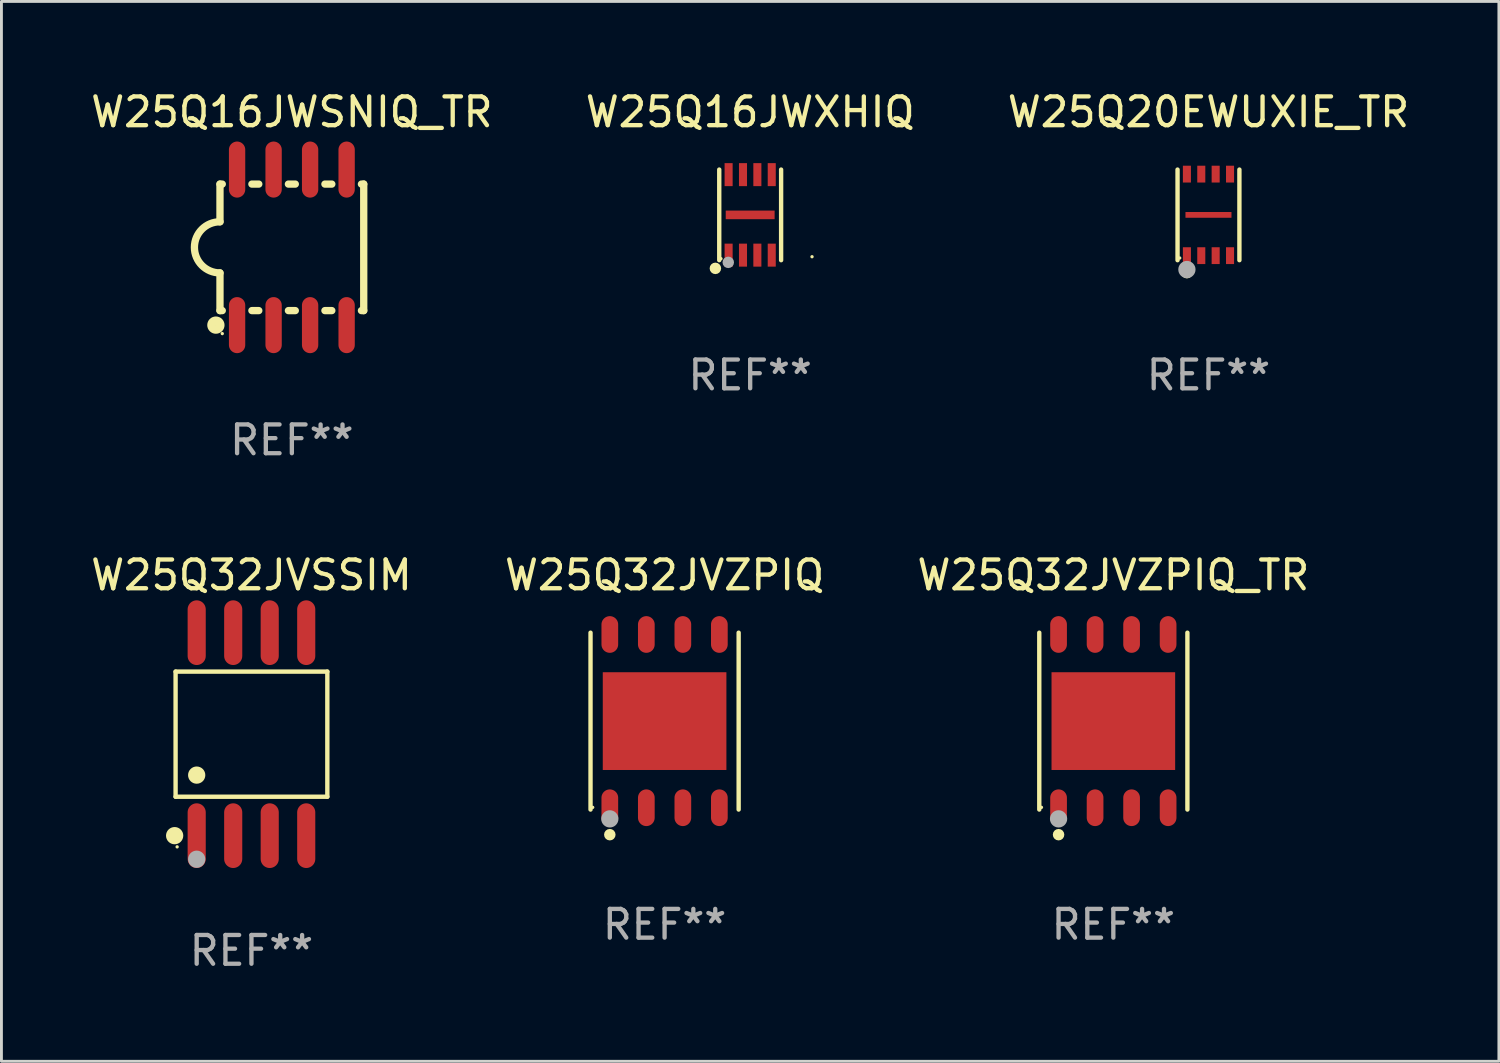
<source format=kicad_pcb>
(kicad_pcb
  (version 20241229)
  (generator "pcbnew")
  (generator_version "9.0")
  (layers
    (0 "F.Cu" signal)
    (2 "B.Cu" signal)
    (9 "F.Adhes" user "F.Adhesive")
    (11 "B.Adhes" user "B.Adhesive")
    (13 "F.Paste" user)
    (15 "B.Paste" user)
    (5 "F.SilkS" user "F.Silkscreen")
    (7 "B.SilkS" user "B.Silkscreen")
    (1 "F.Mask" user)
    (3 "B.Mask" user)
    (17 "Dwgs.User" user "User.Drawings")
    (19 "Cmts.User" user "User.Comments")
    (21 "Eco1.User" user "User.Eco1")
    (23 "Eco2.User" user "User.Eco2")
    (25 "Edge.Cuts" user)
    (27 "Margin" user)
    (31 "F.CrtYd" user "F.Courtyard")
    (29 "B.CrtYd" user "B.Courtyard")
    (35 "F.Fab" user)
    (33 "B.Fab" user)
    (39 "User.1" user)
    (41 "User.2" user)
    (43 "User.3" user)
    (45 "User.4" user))
  (footprint "W25Q20EWUXIE_TR"
    (layer "F.Cu")
    (at 38.982 4.424)
    (property "Reference" "W25Q20EWUXIE_TR" (at 0 -3.576 0) (layer "F.SilkS") (effects (font (size 1 1) (thickness 0.15))))
    (attr through_hole)
    (fp_line (start -1.076 1.576) (end -1.076 -1.576) (stroke (width 0.152) (type solid)) (layer "F.SilkS"))
    (fp_line (start 1.076 -1.576) (end 1.076 1.576) (stroke (width 0.152) (type solid)) (layer "F.SilkS"))
    (fp_circle (center -1 1.5) (end -0.97 1.5) (stroke (width 0.06) (type solid)) (fill no) (layer "F.SilkS"))
    (fp_circle (center -0.75 2.01) (end -0.65 2.01) (stroke (width 0.2) (type solid)) (fill no) (layer "F.SilkS"))
    (fp_circle (center -0.75 1.9) (end -0.6 1.9) (stroke (width 0.3) (type solid)) (fill no) (layer "F.Fab"))
    (fp_text user "REF**" (at 0 5.576 0) (layer "F.Fab") (effects (font (size 1 1) (thickness 0.15))))
    (pad "1" smd rect (at -0.75 1.418) (size 0.28 0.585) (layers "F.Cu" "F.Mask" "F.Paste"))
    (pad "2" smd rect (at -0.25 1.418) (size 0.28 0.585) (layers "F.Cu" "F.Mask" "F.Paste"))
    (pad "3" smd rect (at 0.25 1.418) (size 0.28 0.585) (layers "F.Cu" "F.Mask" "F.Paste"))
    (pad "4" smd rect (at 0.75 1.418) (size 0.28 0.585) (layers "F.Cu" "F.Mask" "F.Paste"))
    (pad "5" smd rect (at 0.75 -1.418) (size 0.28 0.585) (layers "F.Cu" "F.Mask" "F.Paste"))
    (pad "6" smd rect (at 0.25 -1.418) (size 0.28 0.585) (layers "F.Cu" "F.Mask" "F.Paste"))
    (pad "7" smd rect (at -0.25 -1.418) (size 0.28 0.585) (layers "F.Cu" "F.Mask" "F.Paste"))
    (pad "8" smd rect (at -0.75 -1.418) (size 0.28 0.585) (layers "F.Cu" "F.Mask" "F.Paste"))
    (pad "9" smd rect (at 0 0) (size 1.6 0.2) (layers "F.Cu" "F.Mask" "F.Paste")))
  (footprint "W25Q32JVZPIQ"
    (layer "F.Cu")
    (at 20.065 22.031)
    (property "Reference" "W25Q32JVZPIQ" (at 0 -5.076 0) (layer "F.SilkS") (effects (font (size 1 1) (thickness 0.15))))
    (attr through_hole)
    (fp_line (start -2.576 3.076) (end -2.576 -3.076) (stroke (width 0.152) (type solid)) (layer "F.SilkS"))
    (fp_line (start 2.576 -3.076) (end 2.576 3.076) (stroke (width 0.152) (type solid)) (layer "F.SilkS"))
    (fp_circle (center -2.5 3) (end -2.47 3) (stroke (width 0.06) (type solid)) (fill no) (layer "F.SilkS"))
    (fp_circle (center -1.905 3.95) (end -1.805 3.95) (stroke (width 0.2) (type solid)) (fill no) (layer "F.SilkS"))
    (fp_circle (center -1.905 3.4) (end -1.755 3.4) (stroke (width 0.3) (type solid)) (fill no) (layer "F.Fab"))
    (fp_text user "REF**" (at 0 7.076 0) (layer "F.Fab") (effects (font (size 1 1) (thickness 0.15))))
    (pad "1" smd oval (at -1.905 3.013) (size 0.581 1.276) (layers "F.Cu" "F.Mask" "F.Paste"))
    (pad "2" smd oval (at -0.635 3.013) (size 0.581 1.276) (layers "F.Cu" "F.Mask" "F.Paste"))
    (pad "3" smd oval (at 0.635 3.013) (size 0.581 1.276) (layers "F.Cu" "F.Mask" "F.Paste"))
    (pad "4" smd oval (at 1.905 3.013) (size 0.581 1.276) (layers "F.Cu" "F.Mask" "F.Paste"))
    (pad "5" smd oval (at 1.905 -3.013) (size 0.581 1.276) (layers "F.Cu" "F.Mask" "F.Paste"))
    (pad "6" smd oval (at 0.635 -3.013) (size 0.581 1.276) (layers "F.Cu" "F.Mask" "F.Paste"))
    (pad "7" smd oval (at -0.635 -3.013) (size 0.581 1.276) (layers "F.Cu" "F.Mask" "F.Paste"))
    (pad "8" smd oval (at -1.905 -3.013) (size 0.581 1.276) (layers "F.Cu" "F.Mask" "F.Paste"))
    (pad "9" smd rect (at 0 0) (size 4.3 3.4) (layers "F.Cu" "F.Mask" "F.Paste")))
  (footprint "W25Q32JVSSIM"
    (layer "F.Cu")
    (at 5.696 22.485)
    (property "Reference" "W25Q32JVSSIM" (at 0 -5.53 0) (layer "F.SilkS") (effects (font (size 1 1) (thickness 0.15))))
    (attr through_hole)
    (fp_line (start -2.639 -2.176) (end 2.639 -2.176) (stroke (width 0.152) (type solid)) (layer "F.SilkS"))
    (fp_line (start -2.639 2.176) (end -2.639 -2.176) (stroke (width 0.152) (type solid)) (layer "F.SilkS"))
    (fp_line (start 2.639 -2.176) (end 2.639 2.176) (stroke (width 0.152) (type solid)) (layer "F.SilkS"))
    (fp_line (start 2.639 2.176) (end -2.639 2.176) (stroke (width 0.152) (type solid)) (layer "F.SilkS"))
    (fp_circle (center -2.672 3.53) (end -2.522 3.53) (stroke (width 0.3) (type solid)) (fill no) (layer "F.SilkS"))
    (fp_circle (center -2.585 3.92) (end -2.555 3.92) (stroke (width 0.06) (type solid)) (fill no) (layer "F.SilkS"))
    (fp_circle (center -1.905 1.424) (end -1.755 1.424) (stroke (width 0.3) (type solid)) (fill no) (layer "F.SilkS"))
    (fp_circle (center -1.905 4.35) (end -1.755 4.35) (stroke (width 0.3) (type solid)) (fill no) (layer "F.Fab"))
    (fp_text user "REF**" (at 0 7.53 0) (layer "F.Fab") (effects (font (size 1 1) (thickness 0.15))))
    (pad "1" smd oval (at -1.905 3.53) (size 0.63 2.25) (layers "F.Cu" "F.Mask" "F.Paste"))
    (pad "2" smd oval (at -0.635 3.53) (size 0.63 2.25) (layers "F.Cu" "F.Mask" "F.Paste"))
    (pad "3" smd oval (at 0.635 3.53) (size 0.63 2.25) (layers "F.Cu" "F.Mask" "F.Paste"))
    (pad "4" smd oval (at 1.905 3.53) (size 0.63 2.25) (layers "F.Cu" "F.Mask" "F.Paste"))
    (pad "5" smd oval (at 1.905 -3.53) (size 0.63 2.25) (layers "F.Cu" "F.Mask" "F.Paste"))
    (pad "6" smd oval (at 0.635 -3.53) (size 0.63 2.25) (layers "F.Cu" "F.Mask" "F.Paste"))
    (pad "7" smd oval (at -0.635 -3.53) (size 0.63 2.25) (layers "F.Cu" "F.Mask" "F.Paste"))
    (pad "8" smd oval (at -1.905 -3.53) (size 0.63 2.25) (layers "F.Cu" "F.Mask" "F.Paste")))
  (footprint "W25Q32JVZPIQ_TR"
    (layer "F.Cu")
    (at 35.673 22.031)
    (property "Reference" "W25Q32JVZPIQ_TR" (at 0 -5.076 0) (layer "F.SilkS") (effects (font (size 1 1) (thickness 0.15))))
    (attr through_hole)
    (fp_line (start -2.576 3.076) (end -2.576 -3.076) (stroke (width 0.152) (type solid)) (layer "F.SilkS"))
    (fp_line (start 2.576 -3.076) (end 2.576 3.076) (stroke (width 0.152) (type solid)) (layer "F.SilkS"))
    (fp_circle (center -2.5 3) (end -2.47 3) (stroke (width 0.06) (type solid)) (fill no) (layer "F.SilkS"))
    (fp_circle (center -1.905 3.95) (end -1.805 3.95) (stroke (width 0.2) (type solid)) (fill no) (layer "F.SilkS"))
    (fp_circle (center -1.905 3.4) (end -1.755 3.4) (stroke (width 0.3) (type solid)) (fill no) (layer "F.Fab"))
    (fp_text user "REF**" (at 0 7.076 0) (layer "F.Fab") (effects (font (size 1 1) (thickness 0.15))))
    (pad "1" smd oval (at -1.905 3.013) (size 0.581 1.276) (layers "F.Cu" "F.Mask" "F.Paste"))
    (pad "2" smd oval (at -0.635 3.013) (size 0.581 1.276) (layers "F.Cu" "F.Mask" "F.Paste"))
    (pad "3" smd oval (at 0.635 3.013) (size 0.581 1.276) (layers "F.Cu" "F.Mask" "F.Paste"))
    (pad "4" smd oval (at 1.905 3.013) (size 0.581 1.276) (layers "F.Cu" "F.Mask" "F.Paste"))
    (pad "5" smd oval (at 1.905 -3.013) (size 0.581 1.276) (layers "F.Cu" "F.Mask" "F.Paste"))
    (pad "6" smd oval (at 0.635 -3.013) (size 0.581 1.276) (layers "F.Cu" "F.Mask" "F.Paste"))
    (pad "7" smd oval (at -0.635 -3.013) (size 0.581 1.276) (layers "F.Cu" "F.Mask" "F.Paste"))
    (pad "8" smd oval (at -1.905 -3.013) (size 0.581 1.276) (layers "F.Cu" "F.Mask" "F.Paste"))
    (pad "9" smd rect (at 0 0) (size 4.3 3.4) (layers "F.Cu" "F.Mask" "F.Paste")))
  (footprint "W25Q16JWXHIQ"
    (layer "F.Cu")
    (at 23.042 4.424)
    (property "Reference" "W25Q16JWXHIQ" (at 0 -3.576 0) (layer "F.SilkS") (effects (font (size 1 1) (thickness 0.15))))
    (attr through_hole)
    (fp_line (start -1.076 -1.576) (end -1.076 1.576) (stroke (width 0.152) (type solid)) (layer "F.SilkS"))
    (fp_line (start 1.076 1.576) (end 1.076 -1.576) (stroke (width 0.152) (type solid)) (layer "F.SilkS"))
    (fp_circle (center -1.21 1.86) (end -1.11 1.86) (stroke (width 0.2) (type solid)) (fill no) (layer "F.SilkS"))
    (fp_circle (center -1.016 1.524) (end -0.986 1.524) (stroke (width 0.06) (type solid)) (fill no) (layer "F.SilkS"))
    (fp_circle (center 2.151 1.455) (end 2.181 1.455) (stroke (width 0.06) (type solid)) (fill no) (layer "F.SilkS"))
    (fp_circle (center -0.762 1.651) (end -0.662 1.651) (stroke (width 0.2) (type solid)) (fill no) (layer "F.Fab"))
    (fp_text user "REF**" (at 0 5.576 0) (layer "F.Fab") (effects (font (size 1 1) (thickness 0.15))))
    (pad "1" smd rect (at -0.75 1.4) (size 0.28 0.8) (layers "F.Cu" "F.Mask" "F.Paste"))
    (pad "2" smd rect (at -0.25 1.4) (size 0.28 0.8) (layers "F.Cu" "F.Mask" "F.Paste"))
    (pad "3" smd rect (at 0.25 1.4) (size 0.28 0.8) (layers "F.Cu" "F.Mask" "F.Paste"))
    (pad "4" smd rect (at 0.75 1.4) (size 0.28 0.8) (layers "F.Cu" "F.Mask" "F.Paste"))
    (pad "5" smd rect (at 0.75 -1.4) (size 0.28 0.8) (layers "F.Cu" "F.Mask" "F.Paste"))
    (pad "6" smd rect (at 0.25 -1.4) (size 0.28 0.8) (layers "F.Cu" "F.Mask" "F.Paste"))
    (pad "7" smd rect (at -0.25 -1.4) (size 0.28 0.8) (layers "F.Cu" "F.Mask" "F.Paste"))
    (pad "8" smd rect (at -0.75 -1.4) (size 0.28 0.8) (layers "F.Cu" "F.Mask" "F.Paste"))
    (pad "9" smd rect (at 0.000038 0.000013 90) (size 0.3 1.7) (layers "F.Cu" "F.Mask" "F.Paste")))
  (footprint "W25Q16JWSNIQ_TR"
    (layer "F.Cu")
    (at 7.101 5.553)
    (property "Reference" "W25Q16JWSNIQ_TR" (at 0 -4.705 0) (layer "F.SilkS") (effects (font (size 1 1) (thickness 0.15))))
    (attr through_hole)
    (fp_line (start -2.5 -2.2) (end -2.5 -0.889) (stroke (width 0.254) (type solid)) (layer "F.SilkS"))
    (fp_line (start -2.5 2.2) (end -2.5 0.889) (stroke (width 0.254) (type solid)) (layer "F.SilkS"))
    (fp_line (start -2.42 -2.2) (end -2.5 -2.2) (stroke (width 0.254) (type solid)) (layer "F.SilkS"))
    (fp_line (start -2.42 2.2) (end -2.5 2.2) (stroke (width 0.254) (type solid)) (layer "F.SilkS"))
    (fp_line (start -1.15 -2.2) (end -1.39 -2.2) (stroke (width 0.254) (type solid)) (layer "F.SilkS"))
    (fp_line (start -1.15 2.2) (end -1.39 2.2) (stroke (width 0.254) (type solid)) (layer "F.SilkS"))
    (fp_line (start 0.12 -2.2) (end -0.12 -2.2) (stroke (width 0.254) (type solid)) (layer "F.SilkS"))
    (fp_line (start 0.12 2.2) (end -0.12 2.2) (stroke (width 0.254) (type solid)) (layer "F.SilkS"))
    (fp_line (start 1.39 -2.2) (end 1.15 -2.2) (stroke (width 0.254) (type solid)) (layer "F.SilkS"))
    (fp_line (start 1.39 2.2) (end 1.15 2.2) (stroke (width 0.254) (type solid)) (layer "F.SilkS"))
    (fp_line (start 2.5 -2.2) (end 2.42 -2.2) (stroke (width 0.254) (type solid)) (layer "F.SilkS"))
    (fp_line (start 2.5 -2.2) (end 2.5 2.2) (stroke (width 0.254) (type solid)) (layer "F.SilkS"))
    (fp_line (start 2.5 2.2) (end 2.42 2.2) (stroke (width 0.254) (type solid)) (layer "F.SilkS"))
    (fp_arc (start -2.5 0.889002) (mid -3.388367 -0.000318) (end -2.499365 -0.889002) (stroke (width 0.254001) (type solid)) (layer "F.SilkS"))
    (fp_circle (center -2.642 2.705) (end -2.491 2.705) (stroke (width 0.3) (type solid)) (fill no) (layer "F.SilkS"))
    (fp_circle (center -2.42 3) (end -2.39 3) (stroke (width 0.06) (type solid)) (fill no) (layer "F.SilkS"))
    (fp_text user "REF**" (at 0 6.705 0) (layer "F.Fab") (effects (font (size 1 1) (thickness 0.15))))
    (pad "1" smd oval (at -1.905 2.705) (size 0.568 1.95) (layers "F.Cu" "F.Mask" "F.Paste"))
    (pad "2" smd oval (at -0.635 2.705) (size 0.568 1.95) (layers "F.Cu" "F.Mask" "F.Paste"))
    (pad "3" smd oval (at 0.635 2.705) (size 0.568 1.95) (layers "F.Cu" "F.Mask" "F.Paste"))
    (pad "4" smd oval (at 1.905 2.705) (size 0.568 1.95) (layers "F.Cu" "F.Mask" "F.Paste"))
    (pad "5" smd oval (at 1.905 -2.705) (size 0.568 1.95) (layers "F.Cu" "F.Mask" "F.Paste"))
    (pad "6" smd oval (at 0.635 -2.705) (size 0.568 1.95) (layers "F.Cu" "F.Mask" "F.Paste"))
    (pad "7" smd oval (at -0.635 -2.705) (size 0.568 1.95) (layers "F.Cu" "F.Mask" "F.Paste"))
    (pad "8" smd oval (at -1.905 -2.705) (size 0.568 1.95) (layers "F.Cu" "F.Mask" "F.Paste")))
  (gr_rect
    (start -3 -3)
    (end 49.083 33.863)
    (stroke (width 0.1) (type default))
    (fill no)
    (layer "Edge.Cuts")))
</source>
